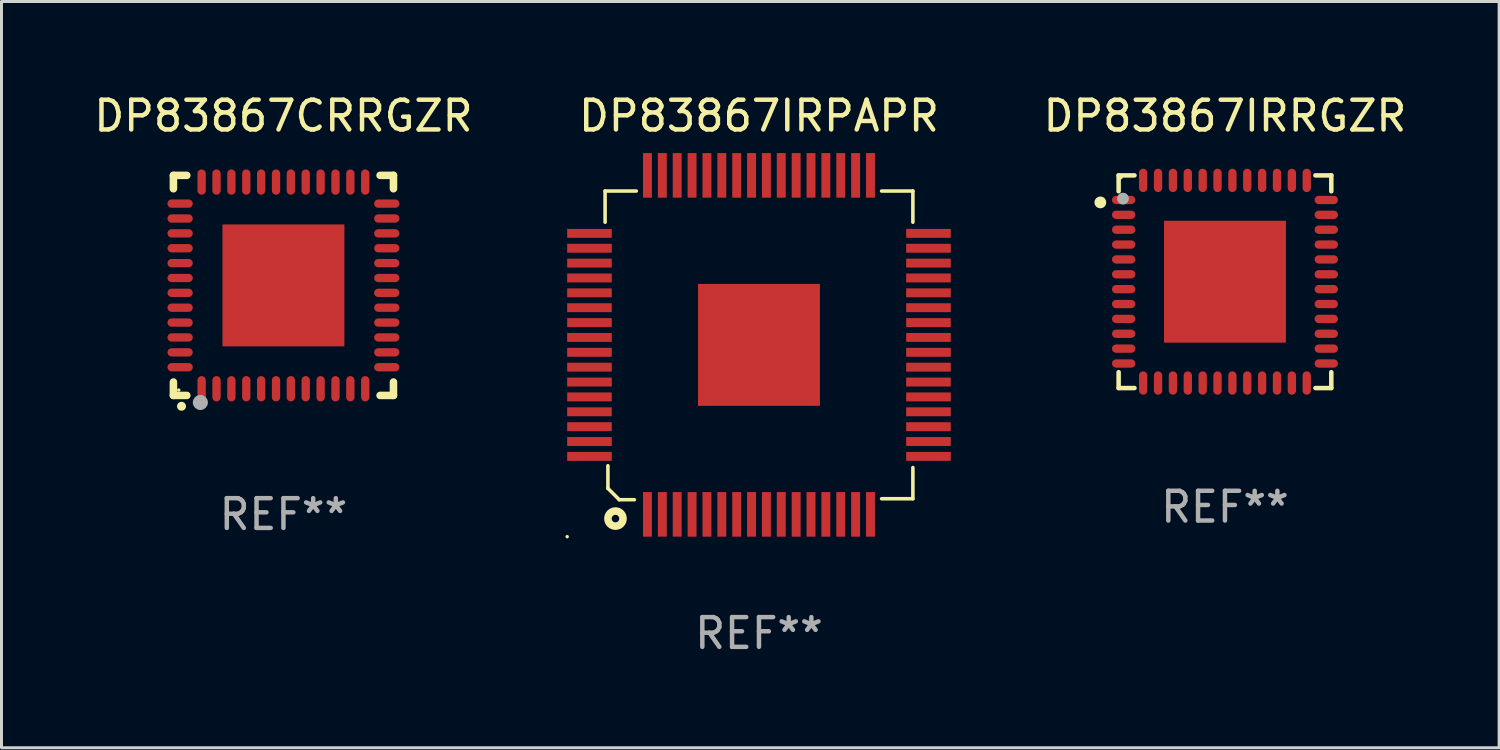
<source format=kicad_pcb>
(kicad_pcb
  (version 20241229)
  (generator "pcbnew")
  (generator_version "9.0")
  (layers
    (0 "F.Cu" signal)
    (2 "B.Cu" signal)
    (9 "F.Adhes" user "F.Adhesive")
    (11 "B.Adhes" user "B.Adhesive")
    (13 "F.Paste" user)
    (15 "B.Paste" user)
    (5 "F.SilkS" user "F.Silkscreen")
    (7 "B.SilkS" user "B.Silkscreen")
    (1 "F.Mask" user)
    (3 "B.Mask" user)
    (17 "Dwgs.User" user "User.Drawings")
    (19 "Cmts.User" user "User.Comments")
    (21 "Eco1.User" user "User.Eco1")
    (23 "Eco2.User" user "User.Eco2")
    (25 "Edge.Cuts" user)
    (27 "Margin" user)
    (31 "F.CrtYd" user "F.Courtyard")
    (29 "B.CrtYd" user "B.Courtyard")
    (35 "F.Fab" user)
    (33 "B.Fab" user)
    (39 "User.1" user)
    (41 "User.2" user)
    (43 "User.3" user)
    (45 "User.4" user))
  (footprint "DP83867IRRGZR"
    (layer "F.Cu")
    (at 38.145 6.424)
    (property "Reference" "DP83867IRRGZR" (at 0 -5.576 0) (layer "F.SilkS") (effects (font (size 1 1) (thickness 0.15))))
    (attr through_hole)
    (fp_line (start -3.576 -3.576) (end -3.042 -3.576) (stroke (width 0.152) (type solid)) (layer "F.SilkS"))
    (fp_line (start -3.576 -3.042) (end -3.576 -3.576) (stroke (width 0.152) (type solid)) (layer "F.SilkS"))
    (fp_line (start -3.576 3.042) (end -3.576 3.576) (stroke (width 0.152) (type solid)) (layer "F.SilkS"))
    (fp_line (start -3.576 3.576) (end -3.042 3.576) (stroke (width 0.152) (type solid)) (layer "F.SilkS"))
    (fp_line (start 3.576 -3.576) (end 3.042 -3.576) (stroke (width 0.152) (type solid)) (layer "F.SilkS"))
    (fp_line (start 3.576 -3.042) (end 3.576 -3.576) (stroke (width 0.152) (type solid)) (layer "F.SilkS"))
    (fp_line (start 3.576 3.042) (end 3.576 3.576) (stroke (width 0.152) (type solid)) (layer "F.SilkS"))
    (fp_line (start 3.576 3.576) (end 3.042 3.576) (stroke (width 0.152) (type solid)) (layer "F.SilkS"))
    (fp_circle (center -4.191 -2.667) (end -4.091 -2.667) (stroke (width 0.2) (type solid)) (fill no) (layer "F.SilkS"))
    (fp_circle (center -3.5 -3.5) (end -3.47 -3.5) (stroke (width 0.06) (type solid)) (fill no) (layer "F.SilkS"))
    (fp_circle (center -3.429 -2.794) (end -3.329 -2.794) (stroke (width 0.2) (type solid)) (fill no) (layer "F.Fab"))
    (fp_text user "REF**" (at 0 7.576 0) (layer "F.Fab") (effects (font (size 1 1) (thickness 0.15))))
    (pad "1" smd oval (at -3.407 -2.75) (size 0.785 0.28) (layers "F.Cu" "F.Mask" "F.Paste"))
    (pad "2" smd oval (at -3.407 -2.25) (size 0.785 0.28) (layers "F.Cu" "F.Mask" "F.Paste"))
    (pad "3" smd oval (at -3.407 -1.75) (size 0.785 0.28) (layers "F.Cu" "F.Mask" "F.Paste"))
    (pad "4" smd oval (at -3.407 -1.25) (size 0.785 0.28) (layers "F.Cu" "F.Mask" "F.Paste"))
    (pad "5" smd oval (at -3.407 -0.75) (size 0.785 0.28) (layers "F.Cu" "F.Mask" "F.Paste"))
    (pad "6" smd oval (at -3.407 -0.25) (size 0.785 0.28) (layers "F.Cu" "F.Mask" "F.Paste"))
    (pad "7" smd oval (at -3.407 0.25) (size 0.785 0.28) (layers "F.Cu" "F.Mask" "F.Paste"))
    (pad "8" smd oval (at -3.407 0.75) (size 0.785 0.28) (layers "F.Cu" "F.Mask" "F.Paste"))
    (pad "9" smd oval (at -3.407 1.25) (size 0.785 0.28) (layers "F.Cu" "F.Mask" "F.Paste"))
    (pad "10" smd oval (at -3.407 1.75) (size 0.785 0.28) (layers "F.Cu" "F.Mask" "F.Paste"))
    (pad "11" smd oval (at -3.407 2.25) (size 0.785 0.28) (layers "F.Cu" "F.Mask" "F.Paste"))
    (pad "12" smd oval (at -3.407 2.75) (size 0.785 0.28) (layers "F.Cu" "F.Mask" "F.Paste"))
    (pad "13" smd oval (at -2.75 3.407) (size 0.28 0.785) (layers "F.Cu" "F.Mask" "F.Paste"))
    (pad "14" smd oval (at -2.25 3.407) (size 0.28 0.785) (layers "F.Cu" "F.Mask" "F.Paste"))
    (pad "15" smd oval (at -1.75 3.407) (size 0.28 0.785) (layers "F.Cu" "F.Mask" "F.Paste"))
    (pad "16" smd oval (at -1.25 3.407) (size 0.28 0.785) (layers "F.Cu" "F.Mask" "F.Paste"))
    (pad "17" smd oval (at -0.75 3.407) (size 0.28 0.785) (layers "F.Cu" "F.Mask" "F.Paste"))
    (pad "18" smd oval (at -0.25 3.407) (size 0.28 0.785) (layers "F.Cu" "F.Mask" "F.Paste"))
    (pad "19" smd oval (at 0.25 3.407) (size 0.28 0.785) (layers "F.Cu" "F.Mask" "F.Paste"))
    (pad "20" smd oval (at 0.75 3.407) (size 0.28 0.785) (layers "F.Cu" "F.Mask" "F.Paste"))
    (pad "21" smd oval (at 1.25 3.407) (size 0.28 0.785) (layers "F.Cu" "F.Mask" "F.Paste"))
    (pad "22" smd oval (at 1.75 3.407) (size 0.28 0.785) (layers "F.Cu" "F.Mask" "F.Paste"))
    (pad "23" smd oval (at 2.25 3.407) (size 0.28 0.785) (layers "F.Cu" "F.Mask" "F.Paste"))
    (pad "24" smd oval (at 2.75 3.407) (size 0.28 0.785) (layers "F.Cu" "F.Mask" "F.Paste"))
    (pad "25" smd oval (at 3.407 2.75) (size 0.785 0.28) (layers "F.Cu" "F.Mask" "F.Paste"))
    (pad "26" smd oval (at 3.407 2.25) (size 0.785 0.28) (layers "F.Cu" "F.Mask" "F.Paste"))
    (pad "27" smd oval (at 3.407 1.75) (size 0.785 0.28) (layers "F.Cu" "F.Mask" "F.Paste"))
    (pad "28" smd oval (at 3.407 1.25) (size 0.785 0.28) (layers "F.Cu" "F.Mask" "F.Paste"))
    (pad "29" smd oval (at 3.407 0.75) (size 0.785 0.28) (layers "F.Cu" "F.Mask" "F.Paste"))
    (pad "30" smd oval (at 3.407 0.25) (size 0.785 0.28) (layers "F.Cu" "F.Mask" "F.Paste"))
    (pad "31" smd oval (at 3.407 -0.25) (size 0.785 0.28) (layers "F.Cu" "F.Mask" "F.Paste"))
    (pad "32" smd oval (at 3.407 -0.75) (size 0.785 0.28) (layers "F.Cu" "F.Mask" "F.Paste"))
    (pad "33" smd oval (at 3.407 -1.25) (size 0.785 0.28) (layers "F.Cu" "F.Mask" "F.Paste"))
    (pad "34" smd oval (at 3.407 -1.75) (size 0.785 0.28) (layers "F.Cu" "F.Mask" "F.Paste"))
    (pad "35" smd oval (at 3.407 -2.25) (size 0.785 0.28) (layers "F.Cu" "F.Mask" "F.Paste"))
    (pad "36" smd oval (at 3.407 -2.75) (size 0.785 0.28) (layers "F.Cu" "F.Mask" "F.Paste"))
    (pad "37" smd oval (at 2.75 -3.407) (size 0.28 0.785) (layers "F.Cu" "F.Mask" "F.Paste"))
    (pad "38" smd oval (at 2.25 -3.407) (size 0.28 0.785) (layers "F.Cu" "F.Mask" "F.Paste"))
    (pad "39" smd oval (at 1.75 -3.407) (size 0.28 0.785) (layers "F.Cu" "F.Mask" "F.Paste"))
    (pad "40" smd oval (at 1.25 -3.407) (size 0.28 0.785) (layers "F.Cu" "F.Mask" "F.Paste"))
    (pad "41" smd oval (at 0.75 -3.407) (size 0.28 0.785) (layers "F.Cu" "F.Mask" "F.Paste"))
    (pad "42" smd oval (at 0.25 -3.407) (size 0.28 0.785) (layers "F.Cu" "F.Mask" "F.Paste"))
    (pad "43" smd oval (at -0.25 -3.407) (size 0.28 0.785) (layers "F.Cu" "F.Mask" "F.Paste"))
    (pad "44" smd oval (at -0.75 -3.407) (size 0.28 0.785) (layers "F.Cu" "F.Mask" "F.Paste"))
    (pad "45" smd oval (at -1.25 -3.407) (size 0.28 0.785) (layers "F.Cu" "F.Mask" "F.Paste"))
    (pad "46" smd oval (at -1.75 -3.407) (size 0.28 0.785) (layers "F.Cu" "F.Mask" "F.Paste"))
    (pad "47" smd oval (at -2.25 -3.407) (size 0.28 0.785) (layers "F.Cu" "F.Mask" "F.Paste"))
    (pad "48" smd oval (at -2.75 -3.407) (size 0.28 0.785) (layers "F.Cu" "F.Mask" "F.Paste"))
    (pad "49" smd rect (at 0 0) (size 4.1 4.1) (layers "F.Cu" "F.Mask" "F.Paste")))
  (footprint "DP83867CRRGZR"
    (layer "F.Cu")
    (at 6.482 6.548)
    (property "Reference" "DP83867CRRGZR" (at 0 -5.7 0) (layer "F.SilkS") (effects (font (size 1 1) (thickness 0.15))))
    (attr through_hole)
    (fp_line (start -3.7 -3.7) (end -3.25 -3.7) (stroke (width 0.254) (type solid)) (layer "F.SilkS"))
    (fp_line (start -3.7 -3.25) (end -3.7 -3.7) (stroke (width 0.254) (type solid)) (layer "F.SilkS"))
    (fp_line (start -3.7 3.7) (end -3.7 3.25) (stroke (width 0.254) (type solid)) (layer "F.SilkS"))
    (fp_line (start -3.25 3.7) (end -3.7 3.7) (stroke (width 0.254) (type solid)) (layer "F.SilkS"))
    (fp_line (start 3.25 3.7) (end 3.7 3.7) (stroke (width 0.254) (type solid)) (layer "F.SilkS"))
    (fp_line (start 3.7 -3.7) (end 3.25 -3.7) (stroke (width 0.254) (type solid)) (layer "F.SilkS"))
    (fp_line (start 3.7 -3.25) (end 3.7 -3.7) (stroke (width 0.254) (type solid)) (layer "F.SilkS"))
    (fp_line (start 3.7 3.7) (end 3.7 3.25) (stroke (width 0.254) (type solid)) (layer "F.SilkS"))
    (fp_arc (start -3.429108 4.06411) (mid -3.427838 4.064105) (end -3.426568 4.06411) (stroke (width 0.3) (type solid)) (layer "F.SilkS"))
    (fp_circle (center -3.52 3.52) (end -3.49 3.52) (stroke (width 0.06) (type solid)) (fill no) (layer "F.SilkS"))
    (fp_circle (center -2.794 3.937) (end -2.667 3.937) (stroke (width 0.254) (type solid)) (fill no) (layer "F.Fab"))
    (fp_text user "REF**" (at 0 7.7 0) (layer "F.Fab") (effects (font (size 1 1) (thickness 0.15))))
    (pad "1" smd oval (at -2.751 3.475) (size 0.28 0.85) (layers "F.Cu" "F.Mask" "F.Paste"))
    (pad "2" smd oval (at -2.251 3.475) (size 0.28 0.85) (layers "F.Cu" "F.Mask" "F.Paste"))
    (pad "3" smd oval (at -1.75 3.475) (size 0.28 0.85) (layers "F.Cu" "F.Mask" "F.Paste"))
    (pad "4" smd oval (at -1.25 3.475) (size 0.28 0.85) (layers "F.Cu" "F.Mask" "F.Paste"))
    (pad "5" smd oval (at -0.749 3.475) (size 0.28 0.85) (layers "F.Cu" "F.Mask" "F.Paste"))
    (pad "6" smd oval (at -0.249 3.475) (size 0.28 0.85) (layers "F.Cu" "F.Mask" "F.Paste"))
    (pad "7" smd oval (at 0.249 3.475) (size 0.28 0.85) (layers "F.Cu" "F.Mask" "F.Paste"))
    (pad "8" smd oval (at 0.749 3.475) (size 0.28 0.85) (layers "F.Cu" "F.Mask" "F.Paste"))
    (pad "9" smd oval (at 1.25 3.475) (size 0.28 0.85) (layers "F.Cu" "F.Mask" "F.Paste"))
    (pad "10" smd oval (at 1.75 3.475) (size 0.28 0.85) (layers "F.Cu" "F.Mask" "F.Paste"))
    (pad "11" smd oval (at 2.25 3.475) (size 0.28 0.85) (layers "F.Cu" "F.Mask" "F.Paste"))
    (pad "12" smd oval (at 2.751 3.475) (size 0.28 0.85) (layers "F.Cu" "F.Mask" "F.Paste"))
    (pad "13" smd oval (at 3.475 2.751) (size 0.85 0.28) (layers "F.Cu" "F.Mask" "F.Paste"))
    (pad "14" smd oval (at 3.475 2.251) (size 0.85 0.28) (layers "F.Cu" "F.Mask" "F.Paste"))
    (pad "15" smd oval (at 3.475 1.75) (size 0.85 0.28) (layers "F.Cu" "F.Mask" "F.Paste"))
    (pad "16" smd oval (at 3.475 1.25) (size 0.85 0.28) (layers "F.Cu" "F.Mask" "F.Paste"))
    (pad "17" smd oval (at 3.475 0.749) (size 0.85 0.28) (layers "F.Cu" "F.Mask" "F.Paste"))
    (pad "18" smd oval (at 3.475 0.249) (size 0.85 0.28) (layers "F.Cu" "F.Mask" "F.Paste"))
    (pad "19" smd oval (at 3.475 -0.249) (size 0.85 0.28) (layers "F.Cu" "F.Mask" "F.Paste"))
    (pad "20" smd oval (at 3.475 -0.749) (size 0.85 0.28) (layers "F.Cu" "F.Mask" "F.Paste"))
    (pad "21" smd oval (at 3.475 -1.25) (size 0.85 0.28) (layers "F.Cu" "F.Mask" "F.Paste"))
    (pad "22" smd oval (at 3.475 -1.75) (size 0.85 0.28) (layers "F.Cu" "F.Mask" "F.Paste"))
    (pad "23" smd oval (at 3.475 -2.25) (size 0.85 0.28) (layers "F.Cu" "F.Mask" "F.Paste"))
    (pad "24" smd oval (at 3.475 -2.751) (size 0.85 0.28) (layers "F.Cu" "F.Mask" "F.Paste"))
    (pad "25" smd oval (at 2.751 -3.475) (size 0.28 0.85) (layers "F.Cu" "F.Mask" "F.Paste"))
    (pad "26" smd oval (at 2.25 -3.475) (size 0.28 0.85) (layers "F.Cu" "F.Mask" "F.Paste"))
    (pad "27" smd oval (at 1.75 -3.475) (size 0.28 0.85) (layers "F.Cu" "F.Mask" "F.Paste"))
    (pad "28" smd oval (at 1.25 -3.475) (size 0.28 0.85) (layers "F.Cu" "F.Mask" "F.Paste"))
    (pad "29" smd oval (at 0.749 -3.475) (size 0.28 0.85) (layers "F.Cu" "F.Mask" "F.Paste"))
    (pad "30" smd oval (at 0.249 -3.475) (size 0.28 0.85) (layers "F.Cu" "F.Mask" "F.Paste"))
    (pad "31" smd oval (at -0.249 -3.475) (size 0.28 0.85) (layers "F.Cu" "F.Mask" "F.Paste"))
    (pad "32" smd oval (at -0.749 -3.475) (size 0.28 0.85) (layers "F.Cu" "F.Mask" "F.Paste"))
    (pad "33" smd oval (at -1.25 -3.475) (size 0.28 0.85) (layers "F.Cu" "F.Mask" "F.Paste"))
    (pad "34" smd oval (at -1.75 -3.475) (size 0.28 0.85) (layers "F.Cu" "F.Mask" "F.Paste"))
    (pad "35" smd oval (at -2.251 -3.475) (size 0.28 0.85) (layers "F.Cu" "F.Mask" "F.Paste"))
    (pad "36" smd oval (at -2.751 -3.475) (size 0.28 0.85) (layers "F.Cu" "F.Mask" "F.Paste"))
    (pad "37" smd oval (at -3.475 -2.751) (size 0.85 0.28) (layers "F.Cu" "F.Mask" "F.Paste"))
    (pad "38" smd oval (at -3.475 -2.25) (size 0.85 0.28) (layers "F.Cu" "F.Mask" "F.Paste"))
    (pad "39" smd oval (at -3.475 -1.75) (size 0.85 0.28) (layers "F.Cu" "F.Mask" "F.Paste"))
    (pad "40" smd oval (at -3.475 -1.25) (size 0.85 0.28) (layers "F.Cu" "F.Mask" "F.Paste"))
    (pad "41" smd oval (at -3.475 -0.749) (size 0.85 0.28) (layers "F.Cu" "F.Mask" "F.Paste"))
    (pad "42" smd oval (at -3.475 -0.249) (size 0.85 0.28) (layers "F.Cu" "F.Mask" "F.Paste"))
    (pad "43" smd oval (at -3.475 0.249) (size 0.85 0.28) (layers "F.Cu" "F.Mask" "F.Paste"))
    (pad "44" smd oval (at -3.475 0.749) (size 0.85 0.28) (layers "F.Cu" "F.Mask" "F.Paste"))
    (pad "45" smd oval (at -3.475 1.25) (size 0.85 0.28) (layers "F.Cu" "F.Mask" "F.Paste"))
    (pad "46" smd oval (at -3.475 1.75) (size 0.85 0.28) (layers "F.Cu" "F.Mask" "F.Paste"))
    (pad "47" smd oval (at -3.475 2.251) (size 0.85 0.28) (layers "F.Cu" "F.Mask" "F.Paste"))
    (pad "48" smd oval (at -3.475 2.751) (size 0.85 0.28) (layers "F.Cu" "F.Mask" "F.Paste"))
    (pad "49" smd rect (at -0.000102 0.000102) (size 4.1 4.1) (layers "F.Cu" "F.Mask" "F.Paste")))
  (footprint "DP83867IRPAPR"
    (layer "F.Cu")
    (at 22.474 8.548)
    (property "Reference" "DP83867IRPAPR" (at 0 -7.7 0) (layer "F.SilkS") (effects (font (size 1 1) (thickness 0.15))))
    (attr through_hole)
    (fp_line (start -5.175 -5.174) (end -4.126 -5.174) (stroke (width 0.12) (type solid)) (layer "F.SilkS"))
    (fp_line (start -5.175 -4.125) (end -5.175 -5.174) (stroke (width 0.12) (type solid)) (layer "F.SilkS"))
    (fp_line (start -5.08 4.064) (end -5.08 4.826) (stroke (width 0.12) (type solid)) (layer "F.SilkS"))
    (fp_line (start -5.08 4.826) (end -4.699 5.207) (stroke (width 0.12) (type solid)) (layer "F.SilkS"))
    (fp_line (start -4.699 5.207) (end -4.191 5.207) (stroke (width 0.12) (type solid)) (layer "F.SilkS"))
    (fp_line (start 5.176 -5.174) (end 4.124 -5.174) (stroke (width 0.12) (type solid)) (layer "F.SilkS"))
    (fp_line (start 5.176 -4.125) (end 5.176 -5.174) (stroke (width 0.12) (type solid)) (layer "F.SilkS"))
    (fp_line (start 5.176 4.125) (end 5.176 5.174) (stroke (width 0.12) (type solid)) (layer "F.SilkS"))
    (fp_line (start 5.176 5.174) (end 4.124 5.174) (stroke (width 0.12) (type solid)) (layer "F.SilkS"))
    (fp_circle (center -6.45 6.45) (end -6.42 6.45) (stroke (width 0.06) (type solid)) (fill no) (layer "F.SilkS"))
    (fp_circle (center -4.826 5.842) (end -4.572 5.842) (stroke (width 0.254) (type solid)) (fill no) (layer "F.SilkS"))
    (fp_text user "REF**" (at 0 9.7 0) (layer "F.Fab") (effects (font (size 1 1) (thickness 0.15))))
    (pad "1" smd rect (at -3.75 5.7 90) (size 1.5 0.3) (layers "F.Cu" "F.Mask" "F.Paste"))
    (pad "2" smd rect (at -3.25 5.7 90) (size 1.5 0.3) (layers "F.Cu" "F.Mask" "F.Paste"))
    (pad "3" smd rect (at -2.75 5.7 90) (size 1.5 0.3) (layers "F.Cu" "F.Mask" "F.Paste"))
    (pad "4" smd rect (at -2.25 5.7 90) (size 1.5 0.3) (layers "F.Cu" "F.Mask" "F.Paste"))
    (pad "5" smd rect (at -1.75 5.7 90) (size 1.5 0.3) (layers "F.Cu" "F.Mask" "F.Paste"))
    (pad "6" smd rect (at -1.25 5.7 90) (size 1.5 0.3) (layers "F.Cu" "F.Mask" "F.Paste"))
    (pad "7" smd rect (at -0.75 5.7 90) (size 1.5 0.3) (layers "F.Cu" "F.Mask" "F.Paste"))
    (pad "8" smd rect (at -0.25 5.7 90) (size 1.5 0.3) (layers "F.Cu" "F.Mask" "F.Paste"))
    (pad "9" smd rect (at 0.25 5.7 90) (size 1.5 0.3) (layers "F.Cu" "F.Mask" "F.Paste"))
    (pad "10" smd rect (at 0.75 5.7 90) (size 1.5 0.3) (layers "F.Cu" "F.Mask" "F.Paste"))
    (pad "11" smd rect (at 1.25 5.7 90) (size 1.5 0.3) (layers "F.Cu" "F.Mask" "F.Paste"))
    (pad "12" smd rect (at 1.75 5.7 90) (size 1.5 0.3) (layers "F.Cu" "F.Mask" "F.Paste"))
    (pad "13" smd rect (at 2.25 5.7 90) (size 1.5 0.3) (layers "F.Cu" "F.Mask" "F.Paste"))
    (pad "14" smd rect (at 2.75 5.7 90) (size 1.5 0.3) (layers "F.Cu" "F.Mask" "F.Paste"))
    (pad "15" smd rect (at 3.25 5.7 90) (size 1.5 0.3) (layers "F.Cu" "F.Mask" "F.Paste"))
    (pad "16" smd rect (at 3.75 5.7 90) (size 1.5 0.3) (layers "F.Cu" "F.Mask" "F.Paste"))
    (pad "17" smd rect (at 5.7 3.75 180) (size 1.5 0.3) (layers "F.Cu" "F.Mask" "F.Paste"))
    (pad "18" smd rect (at 5.7 3.25 180) (size 1.5 0.3) (layers "F.Cu" "F.Mask" "F.Paste"))
    (pad "19" smd rect (at 5.7 2.75 180) (size 1.5 0.3) (layers "F.Cu" "F.Mask" "F.Paste"))
    (pad "20" smd rect (at 5.7 2.25 180) (size 1.5 0.3) (layers "F.Cu" "F.Mask" "F.Paste"))
    (pad "21" smd rect (at 5.7 1.75 180) (size 1.5 0.3) (layers "F.Cu" "F.Mask" "F.Paste"))
    (pad "22" smd rect (at 5.7 1.25 180) (size 1.5 0.3) (layers "F.Cu" "F.Mask" "F.Paste"))
    (pad "23" smd rect (at 5.7 0.75 180) (size 1.5 0.3) (layers "F.Cu" "F.Mask" "F.Paste"))
    (pad "24" smd rect (at 5.7 0.25 180) (size 1.5 0.3) (layers "F.Cu" "F.Mask" "F.Paste"))
    (pad "25" smd rect (at 5.7 -0.25 180) (size 1.5 0.3) (layers "F.Cu" "F.Mask" "F.Paste"))
    (pad "26" smd rect (at 5.7 -0.75 180) (size 1.5 0.3) (layers "F.Cu" "F.Mask" "F.Paste"))
    (pad "27" smd rect (at 5.7 -1.25 180) (size 1.5 0.3) (layers "F.Cu" "F.Mask" "F.Paste"))
    (pad "28" smd rect (at 5.7 -1.75 180) (size 1.5 0.3) (layers "F.Cu" "F.Mask" "F.Paste"))
    (pad "29" smd rect (at 5.7 -2.25 180) (size 1.5 0.3) (layers "F.Cu" "F.Mask" "F.Paste"))
    (pad "30" smd rect (at 5.7 -2.75 180) (size 1.5 0.3) (layers "F.Cu" "F.Mask" "F.Paste"))
    (pad "31" smd rect (at 5.7 -3.25 180) (size 1.5 0.3) (layers "F.Cu" "F.Mask" "F.Paste"))
    (pad "32" smd rect (at 5.7 -3.75 180) (size 1.5 0.3) (layers "F.Cu" "F.Mask" "F.Paste"))
    (pad "33" smd rect (at 3.75 -5.7 90) (size 1.5 0.3) (layers "F.Cu" "F.Mask" "F.Paste"))
    (pad "34" smd rect (at 3.25 -5.7 90) (size 1.5 0.3) (layers "F.Cu" "F.Mask" "F.Paste"))
    (pad "35" smd rect (at 2.75 -5.7 90) (size 1.5 0.3) (layers "F.Cu" "F.Mask" "F.Paste"))
    (pad "36" smd rect (at 2.25 -5.7 90) (size 1.5 0.3) (layers "F.Cu" "F.Mask" "F.Paste"))
    (pad "37" smd rect (at 1.75 -5.7 90) (size 1.5 0.3) (layers "F.Cu" "F.Mask" "F.Paste"))
    (pad "38" smd rect (at 1.25 -5.7 90) (size 1.5 0.3) (layers "F.Cu" "F.Mask" "F.Paste"))
    (pad "39" smd rect (at 0.75 -5.7 90) (size 1.5 0.3) (layers "F.Cu" "F.Mask" "F.Paste"))
    (pad "40" smd rect (at 0.25 -5.7 90) (size 1.5 0.3) (layers "F.Cu" "F.Mask" "F.Paste"))
    (pad "41" smd rect (at -0.25 -5.7 90) (size 1.5 0.3) (layers "F.Cu" "F.Mask" "F.Paste"))
    (pad "42" smd rect (at -0.75 -5.7 90) (size 1.5 0.3) (layers "F.Cu" "F.Mask" "F.Paste"))
    (pad "43" smd rect (at -1.25 -5.7 90) (size 1.5 0.3) (layers "F.Cu" "F.Mask" "F.Paste"))
    (pad "44" smd rect (at -1.75 -5.7 90) (size 1.5 0.3) (layers "F.Cu" "F.Mask" "F.Paste"))
    (pad "45" smd rect (at -2.25 -5.7 90) (size 1.5 0.3) (layers "F.Cu" "F.Mask" "F.Paste"))
    (pad "46" smd rect (at -2.75 -5.7 90) (size 1.5 0.3) (layers "F.Cu" "F.Mask" "F.Paste"))
    (pad "47" smd rect (at -3.25 -5.7 90) (size 1.5 0.3) (layers "F.Cu" "F.Mask" "F.Paste"))
    (pad "48" smd rect (at -3.75 -5.7 90) (size 1.5 0.3) (layers "F.Cu" "F.Mask" "F.Paste"))
    (pad "49" smd rect (at -5.7 -3.75 180) (size 1.5 0.3) (layers "F.Cu" "F.Mask" "F.Paste"))
    (pad "50" smd rect (at -5.7 -3.25 180) (size 1.5 0.3) (layers "F.Cu" "F.Mask" "F.Paste"))
    (pad "51" smd rect (at -5.7 -2.75 180) (size 1.5 0.3) (layers "F.Cu" "F.Mask" "F.Paste"))
    (pad "52" smd rect (at -5.7 -2.25 180) (size 1.5 0.3) (layers "F.Cu" "F.Mask" "F.Paste"))
    (pad "53" smd rect (at -5.7 -1.75 180) (size 1.5 0.3) (layers "F.Cu" "F.Mask" "F.Paste"))
    (pad "54" smd rect (at -5.7 -1.25 180) (size 1.5 0.3) (layers "F.Cu" "F.Mask" "F.Paste"))
    (pad "55" smd rect (at -5.7 -0.75 180) (size 1.5 0.3) (layers "F.Cu" "F.Mask" "F.Paste"))
    (pad "56" smd rect (at -5.7 -0.25 180) (size 1.5 0.3) (layers "F.Cu" "F.Mask" "F.Paste"))
    (pad "57" smd rect (at -5.7 0.25 180) (size 1.5 0.3) (layers "F.Cu" "F.Mask" "F.Paste"))
    (pad "58" smd rect (at -5.7 0.75 180) (size 1.5 0.3) (layers "F.Cu" "F.Mask" "F.Paste"))
    (pad "59" smd rect (at -5.7 1.25 180) (size 1.5 0.3) (layers "F.Cu" "F.Mask" "F.Paste"))
    (pad "60" smd rect (at -5.7 1.75 180) (size 1.5 0.3) (layers "F.Cu" "F.Mask" "F.Paste"))
    (pad "61" smd rect (at -5.7 2.25 180) (size 1.5 0.3) (layers "F.Cu" "F.Mask" "F.Paste"))
    (pad "62" smd rect (at -5.7 2.75 180) (size 1.5 0.3) (layers "F.Cu" "F.Mask" "F.Paste"))
    (pad "63" smd rect (at -5.7 3.25 180) (size 1.5 0.3) (layers "F.Cu" "F.Mask" "F.Paste"))
    (pad "64" smd rect (at -5.7 3.75 180) (size 1.5 0.3) (layers "F.Cu" "F.Mask" "F.Paste"))
    (pad "65" smd rect (at 0 0 270) (size 4.1 4.1) (layers "F.Cu" "F.Mask" "F.Paste")))
  (gr_rect
    (start -3 -3)
    (end 47.365 22.097)
    (stroke (width 0.1) (type default))
    (fill no)
    (layer "Edge.Cuts")))
</source>
